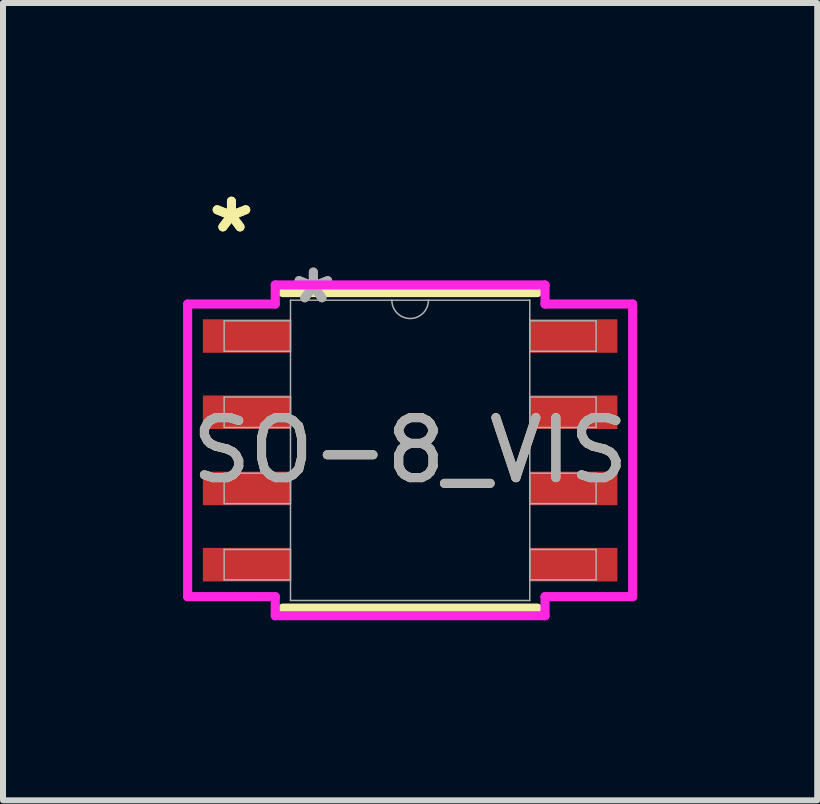
<source format=kicad_pcb>
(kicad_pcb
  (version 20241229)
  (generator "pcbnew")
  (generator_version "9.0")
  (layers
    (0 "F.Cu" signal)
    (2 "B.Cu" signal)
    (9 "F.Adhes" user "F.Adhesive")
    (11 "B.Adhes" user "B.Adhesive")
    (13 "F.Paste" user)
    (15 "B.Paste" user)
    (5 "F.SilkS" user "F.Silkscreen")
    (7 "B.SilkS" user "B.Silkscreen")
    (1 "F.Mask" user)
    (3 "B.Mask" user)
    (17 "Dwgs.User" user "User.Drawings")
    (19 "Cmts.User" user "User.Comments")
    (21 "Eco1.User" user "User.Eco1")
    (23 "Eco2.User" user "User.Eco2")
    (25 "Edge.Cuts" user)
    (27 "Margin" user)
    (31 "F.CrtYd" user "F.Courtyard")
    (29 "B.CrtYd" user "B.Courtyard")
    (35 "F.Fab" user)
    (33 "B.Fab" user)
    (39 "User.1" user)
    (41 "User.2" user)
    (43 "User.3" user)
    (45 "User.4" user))
  (footprint "SO-8_VIS"
    (layer "F.Cu")
    (at 3.785 4.455)
    (property "Reference" "SO-8_VIS" (at 0 0 0) (unlocked yes) (layer "F.SilkS") (effects (font (size 1 1) (thickness 0.15))))
    (attr smd)
    (fp_line (start -2.121 2.629) (end 2.121 2.629) (stroke (width 0.152) (type solid)) (layer "F.SilkS"))
    (fp_line (start 2.121 -2.629) (end -2.121 -2.629) (stroke (width 0.152) (type solid)) (layer "F.SilkS"))
    (fp_line (start -3.708 -2.438) (end -2.248 -2.438) (stroke (width 0.152) (type solid)) (layer "F.CrtYd"))
    (fp_line (start -3.708 2.438) (end -3.708 -2.438) (stroke (width 0.152) (type solid)) (layer "F.CrtYd"))
    (fp_line (start -3.708 2.438) (end -2.248 2.438) (stroke (width 0.152) (type solid)) (layer "F.CrtYd"))
    (fp_line (start -2.248 -2.756) (end 2.248 -2.756) (stroke (width 0.152) (type solid)) (layer "F.CrtYd"))
    (fp_line (start -2.248 -2.438) (end -2.248 -2.756) (stroke (width 0.152) (type solid)) (layer "F.CrtYd"))
    (fp_line (start -2.248 2.756) (end -2.248 2.438) (stroke (width 0.152) (type solid)) (layer "F.CrtYd"))
    (fp_line (start 2.248 -2.756) (end 2.248 -2.438) (stroke (width 0.152) (type solid)) (layer "F.CrtYd"))
    (fp_line (start 2.248 2.438) (end 2.248 2.756) (stroke (width 0.152) (type solid)) (layer "F.CrtYd"))
    (fp_line (start 2.248 2.756) (end -2.248 2.756) (stroke (width 0.152) (type solid)) (layer "F.CrtYd"))
    (fp_line (start 3.708 -2.438) (end 2.248 -2.438) (stroke (width 0.152) (type solid)) (layer "F.CrtYd"))
    (fp_line (start 3.708 -2.438) (end 3.708 2.438) (stroke (width 0.152) (type solid)) (layer "F.CrtYd"))
    (fp_line (start 3.708 2.438) (end 2.248 2.438) (stroke (width 0.152) (type solid)) (layer "F.CrtYd"))
    (fp_line (start -3.099 -2.159) (end -3.099 -1.651) (stroke (width 0.025) (type solid)) (layer "F.Fab"))
    (fp_line (start -3.099 -1.651) (end -1.994 -1.651) (stroke (width 0.025) (type solid)) (layer "F.Fab"))
    (fp_line (start -3.099 -0.889) (end -3.099 -0.381) (stroke (width 0.025) (type solid)) (layer "F.Fab"))
    (fp_line (start -3.099 -0.381) (end -1.994 -0.381) (stroke (width 0.025) (type solid)) (layer "F.Fab"))
    (fp_line (start -3.099 0.381) (end -3.099 0.889) (stroke (width 0.025) (type solid)) (layer "F.Fab"))
    (fp_line (start -3.099 0.889) (end -1.994 0.889) (stroke (width 0.025) (type solid)) (layer "F.Fab"))
    (fp_line (start -3.099 1.651) (end -3.099 2.159) (stroke (width 0.025) (type solid)) (layer "F.Fab"))
    (fp_line (start -3.099 2.159) (end -1.994 2.159) (stroke (width 0.025) (type solid)) (layer "F.Fab"))
    (fp_line (start -1.994 -2.502) (end -1.994 2.502) (stroke (width 0.025) (type solid)) (layer "F.Fab"))
    (fp_line (start -1.994 -2.159) (end -3.099 -2.159) (stroke (width 0.025) (type solid)) (layer "F.Fab"))
    (fp_line (start -1.994 -1.651) (end -1.994 -2.159) (stroke (width 0.025) (type solid)) (layer "F.Fab"))
    (fp_line (start -1.994 -0.889) (end -3.099 -0.889) (stroke (width 0.025) (type solid)) (layer "F.Fab"))
    (fp_line (start -1.994 -0.381) (end -1.994 -0.889) (stroke (width 0.025) (type solid)) (layer "F.Fab"))
    (fp_line (start -1.994 0.381) (end -3.099 0.381) (stroke (width 0.025) (type solid)) (layer "F.Fab"))
    (fp_line (start -1.994 0.889) (end -1.994 0.381) (stroke (width 0.025) (type solid)) (layer "F.Fab"))
    (fp_line (start -1.994 1.651) (end -3.099 1.651) (stroke (width 0.025) (type solid)) (layer "F.Fab"))
    (fp_line (start -1.994 2.159) (end -1.994 1.651) (stroke (width 0.025) (type solid)) (layer "F.Fab"))
    (fp_line (start -1.994 2.502) (end 1.994 2.502) (stroke (width 0.025) (type solid)) (layer "F.Fab"))
    (fp_line (start 1.994 -2.502) (end -1.994 -2.502) (stroke (width 0.025) (type solid)) (layer "F.Fab"))
    (fp_line (start 1.994 -2.159) (end 1.994 -1.651) (stroke (width 0.025) (type solid)) (layer "F.Fab"))
    (fp_line (start 1.994 -1.651) (end 3.099 -1.651) (stroke (width 0.025) (type solid)) (layer "F.Fab"))
    (fp_line (start 1.994 -0.889) (end 1.994 -0.381) (stroke (width 0.025) (type solid)) (layer "F.Fab"))
    (fp_line (start 1.994 -0.381) (end 3.099 -0.381) (stroke (width 0.025) (type solid)) (layer "F.Fab"))
    (fp_line (start 1.994 0.381) (end 1.994 0.889) (stroke (width 0.025) (type solid)) (layer "F.Fab"))
    (fp_line (start 1.994 0.889) (end 3.099 0.889) (stroke (width 0.025) (type solid)) (layer "F.Fab"))
    (fp_line (start 1.994 1.651) (end 1.994 2.159) (stroke (width 0.025) (type solid)) (layer "F.Fab"))
    (fp_line (start 1.994 2.159) (end 3.099 2.159) (stroke (width 0.025) (type solid)) (layer "F.Fab"))
    (fp_line (start 1.994 2.502) (end 1.994 -2.502) (stroke (width 0.025) (type solid)) (layer "F.Fab"))
    (fp_line (start 3.099 -2.159) (end 1.994 -2.159) (stroke (width 0.025) (type solid)) (layer "F.Fab"))
    (fp_line (start 3.099 -1.651) (end 3.099 -2.159) (stroke (width 0.025) (type solid)) (layer "F.Fab"))
    (fp_line (start 3.099 -0.889) (end 1.994 -0.889) (stroke (width 0.025) (type solid)) (layer "F.Fab"))
    (fp_line (start 3.099 -0.381) (end 3.099 -0.889) (stroke (width 0.025) (type solid)) (layer "F.Fab"))
    (fp_line (start 3.099 0.381) (end 1.994 0.381) (stroke (width 0.025) (type solid)) (layer "F.Fab"))
    (fp_line (start 3.099 0.889) (end 3.099 0.381) (stroke (width 0.025) (type solid)) (layer "F.Fab"))
    (fp_line (start 3.099 1.651) (end 1.994 1.651) (stroke (width 0.025) (type solid)) (layer "F.Fab"))
    (fp_line (start 3.099 2.159) (end 3.099 1.651) (stroke (width 0.025) (type solid)) (layer "F.Fab"))
    (fp_arc (start 0.3048 -2.5019) (mid 0 -2.1971) (end -0.3048 -2.5019) (stroke (width 0.0254) (type solid)) (layer "F.Fab"))
    (fp_text user "*" (at -2.978 -3.607 0) (layer "F.SilkS") (effects (font (size 1 1) (thickness 0.15))))
    (fp_text user "*" (at -2.978 -3.607 0) (unlocked yes) (layer "F.SilkS") (effects (font (size 1 1) (thickness 0.15))))
    (fp_text user "*" (at -1.613 -2.426 0) (layer "F.Fab") (effects (font (size 1 1) (thickness 0.15))))
    (fp_text user "*" (at -1.613 -2.426 0) (unlocked yes) (layer "F.Fab") (effects (font (size 1 1) (thickness 0.15))))
    (fp_text user "${REFERENCE}" (at 0 0 0) (unlocked yes) (layer "F.Fab") (effects (font (size 1 1) (thickness 0.15))))
    (pad "1" smd rect (at 2.724 -1.905) (size 1.46 0.559) (layers "F.Cu" "F.Mask" "F.Paste"))
    (pad "1" smd rect (at 2.724 -0.635) (size 1.46 0.559) (layers "F.Cu" "F.Mask" "F.Paste"))
    (pad "1" smd rect (at 2.724 0.635) (size 1.46 0.559) (layers "F.Cu" "F.Mask" "F.Paste"))
    (pad "1" smd rect (at 2.724 1.905) (size 1.46 0.559) (layers "F.Cu" "F.Mask" "F.Paste"))
    (pad "2" smd rect (at -2.724 1.905) (size 1.46 0.559) (layers "F.Cu" "F.Mask" "F.Paste"))
    (pad "3" smd rect (at -2.724 -1.905) (size 1.46 0.559) (layers "F.Cu" "F.Mask" "F.Paste"))
    (pad "3" smd rect (at -2.724 -0.635) (size 1.46 0.559) (layers "F.Cu" "F.Mask" "F.Paste"))
    (pad "3" smd rect (at -2.724 0.635) (size 1.46 0.559) (layers "F.Cu" "F.Mask" "F.Paste")))
  (gr_rect
    (start -3 -3)
    (end 10.569 10.287)
    (stroke (width 0.1) (type default))
    (fill no)
    (layer "Edge.Cuts")))
</source>
